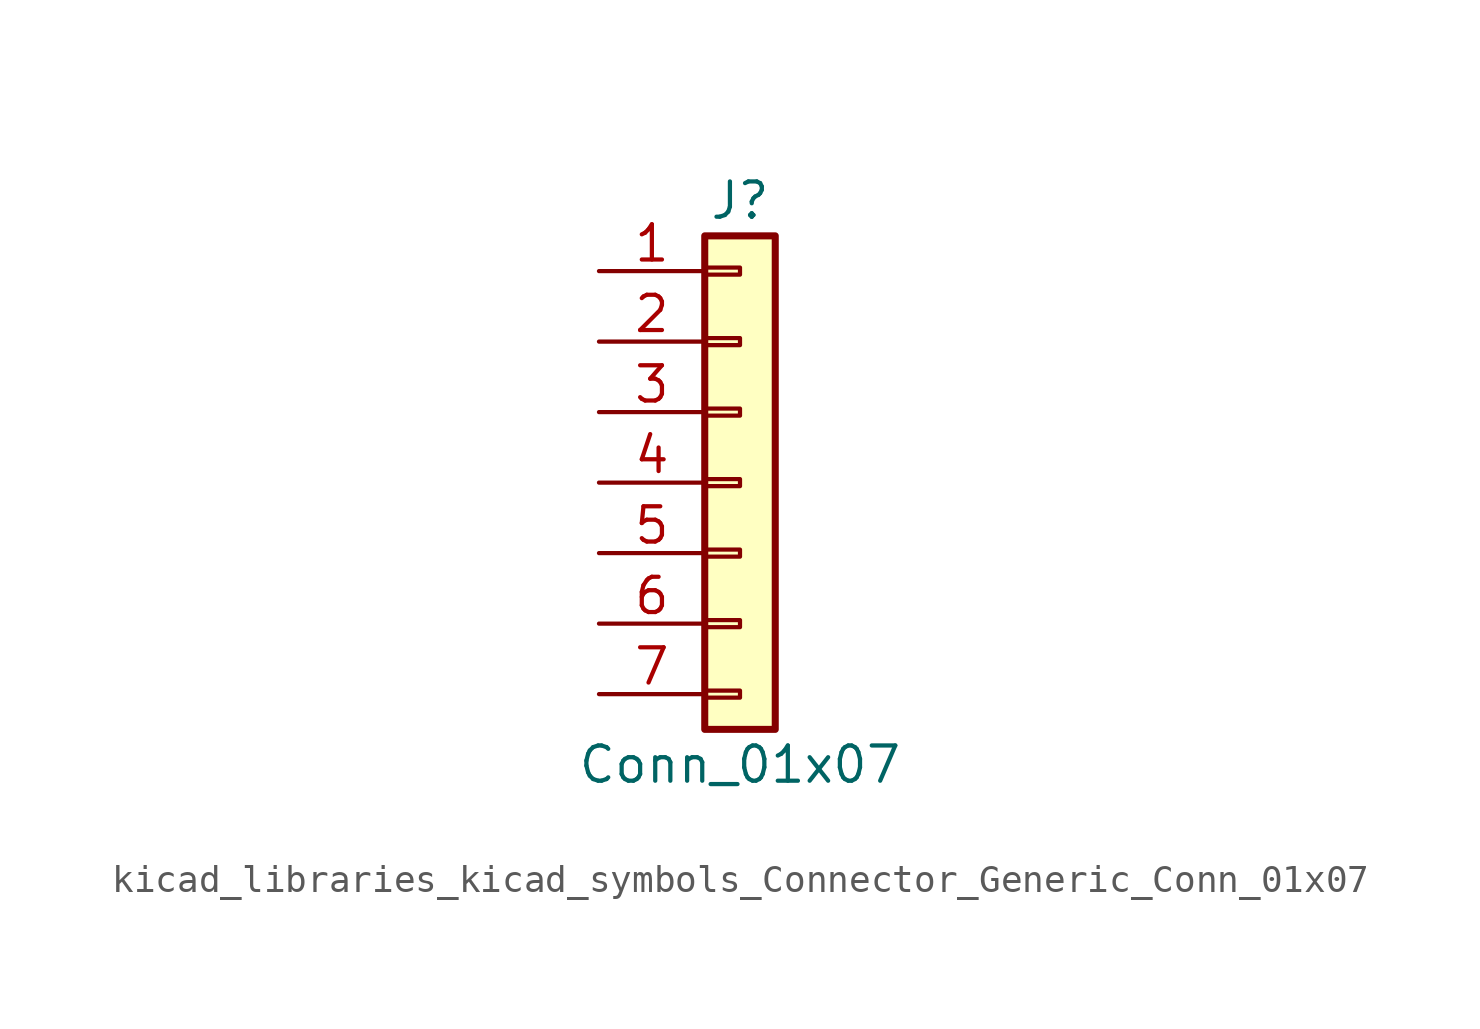
<source format=kicad_sym>
(kicad_symbol_lib
  (version 20220914)
  (generator kicad_symbol_editor)
  (symbol "kicad_libraries_kicad_symbols_Connector_Generic_Conn_01x07"
    (pin_names
      (offset 1.016) hide)
    (property "Reference" "J"
      (at 0 10.16 0)
      (effects (font (size 1.27 1.27))))
    (property "Value" "Conn_01x07"
      (at 0 -10.16 0)
      (effects (font (size 1.27 1.27))))
    (symbol "kicad_libraries_kicad_symbols_Connector_Generic_Conn_01x07_1_1"
      (rectangle (start -1.27 -7.493) (end 0 -7.747) (stroke (width 0.152) (type default)) (fill (type none)))
      (rectangle (start -1.27 -4.953) (end 0 -5.207) (stroke (width 0.152) (type default)) (fill (type none)))
      (rectangle (start -1.27 -2.413) (end 0 -2.667) (stroke (width 0.152) (type default)) (fill (type none)))
      (rectangle (start -1.27 0.127) (end 0 -0.127) (stroke (width 0.152) (type default)) (fill (type none)))
      (rectangle (start -1.27 2.667) (end 0 2.413) (stroke (width 0.152) (type default)) (fill (type none)))
      (rectangle (start -1.27 5.207) (end 0 4.953) (stroke (width 0.152) (type default)) (fill (type none)))
      (rectangle (start -1.27 7.747) (end 0 7.493) (stroke (width 0.152) (type default)) (fill (type none)))
      (rectangle (start -1.27 8.89) (end 1.27 -8.89) (stroke (width 0.254) (type default)) (fill (type background)))
      (pin passive line (at -5.08 7.62 0) (length 3.81) (name "Pin_1" (effects (font (size 1.27 1.27)))) (number "1" (effects (font (size 1.27 1.27)))))
      (pin passive line (at -5.08 5.08 0) (length 3.81) (name "Pin_2" (effects (font (size 1.27 1.27)))) (number "2" (effects (font (size 1.27 1.27)))))
      (pin passive line (at -5.08 2.54 0) (length 3.81) (name "Pin_3" (effects (font (size 1.27 1.27)))) (number "3" (effects (font (size 1.27 1.27)))))
      (pin passive line (at -5.08 0 0) (length 3.81) (name "Pin_4" (effects (font (size 1.27 1.27)))) (number "4" (effects (font (size 1.27 1.27)))))
      (pin passive line (at -5.08 -2.54 0) (length 3.81) (name "Pin_5" (effects (font (size 1.27 1.27)))) (number "5" (effects (font (size 1.27 1.27)))))
      (pin passive line (at -5.08 -5.08 0) (length 3.81) (name "Pin_6" (effects (font (size 1.27 1.27)))) (number "6" (effects (font (size 1.27 1.27)))))
      (pin passive line (at -5.08 -7.62 0) (length 3.81) (name "Pin_7" (effects (font (size 1.27 1.27)))) (number "7" (effects (font (size 1.27 1.27))))))))
</source>
